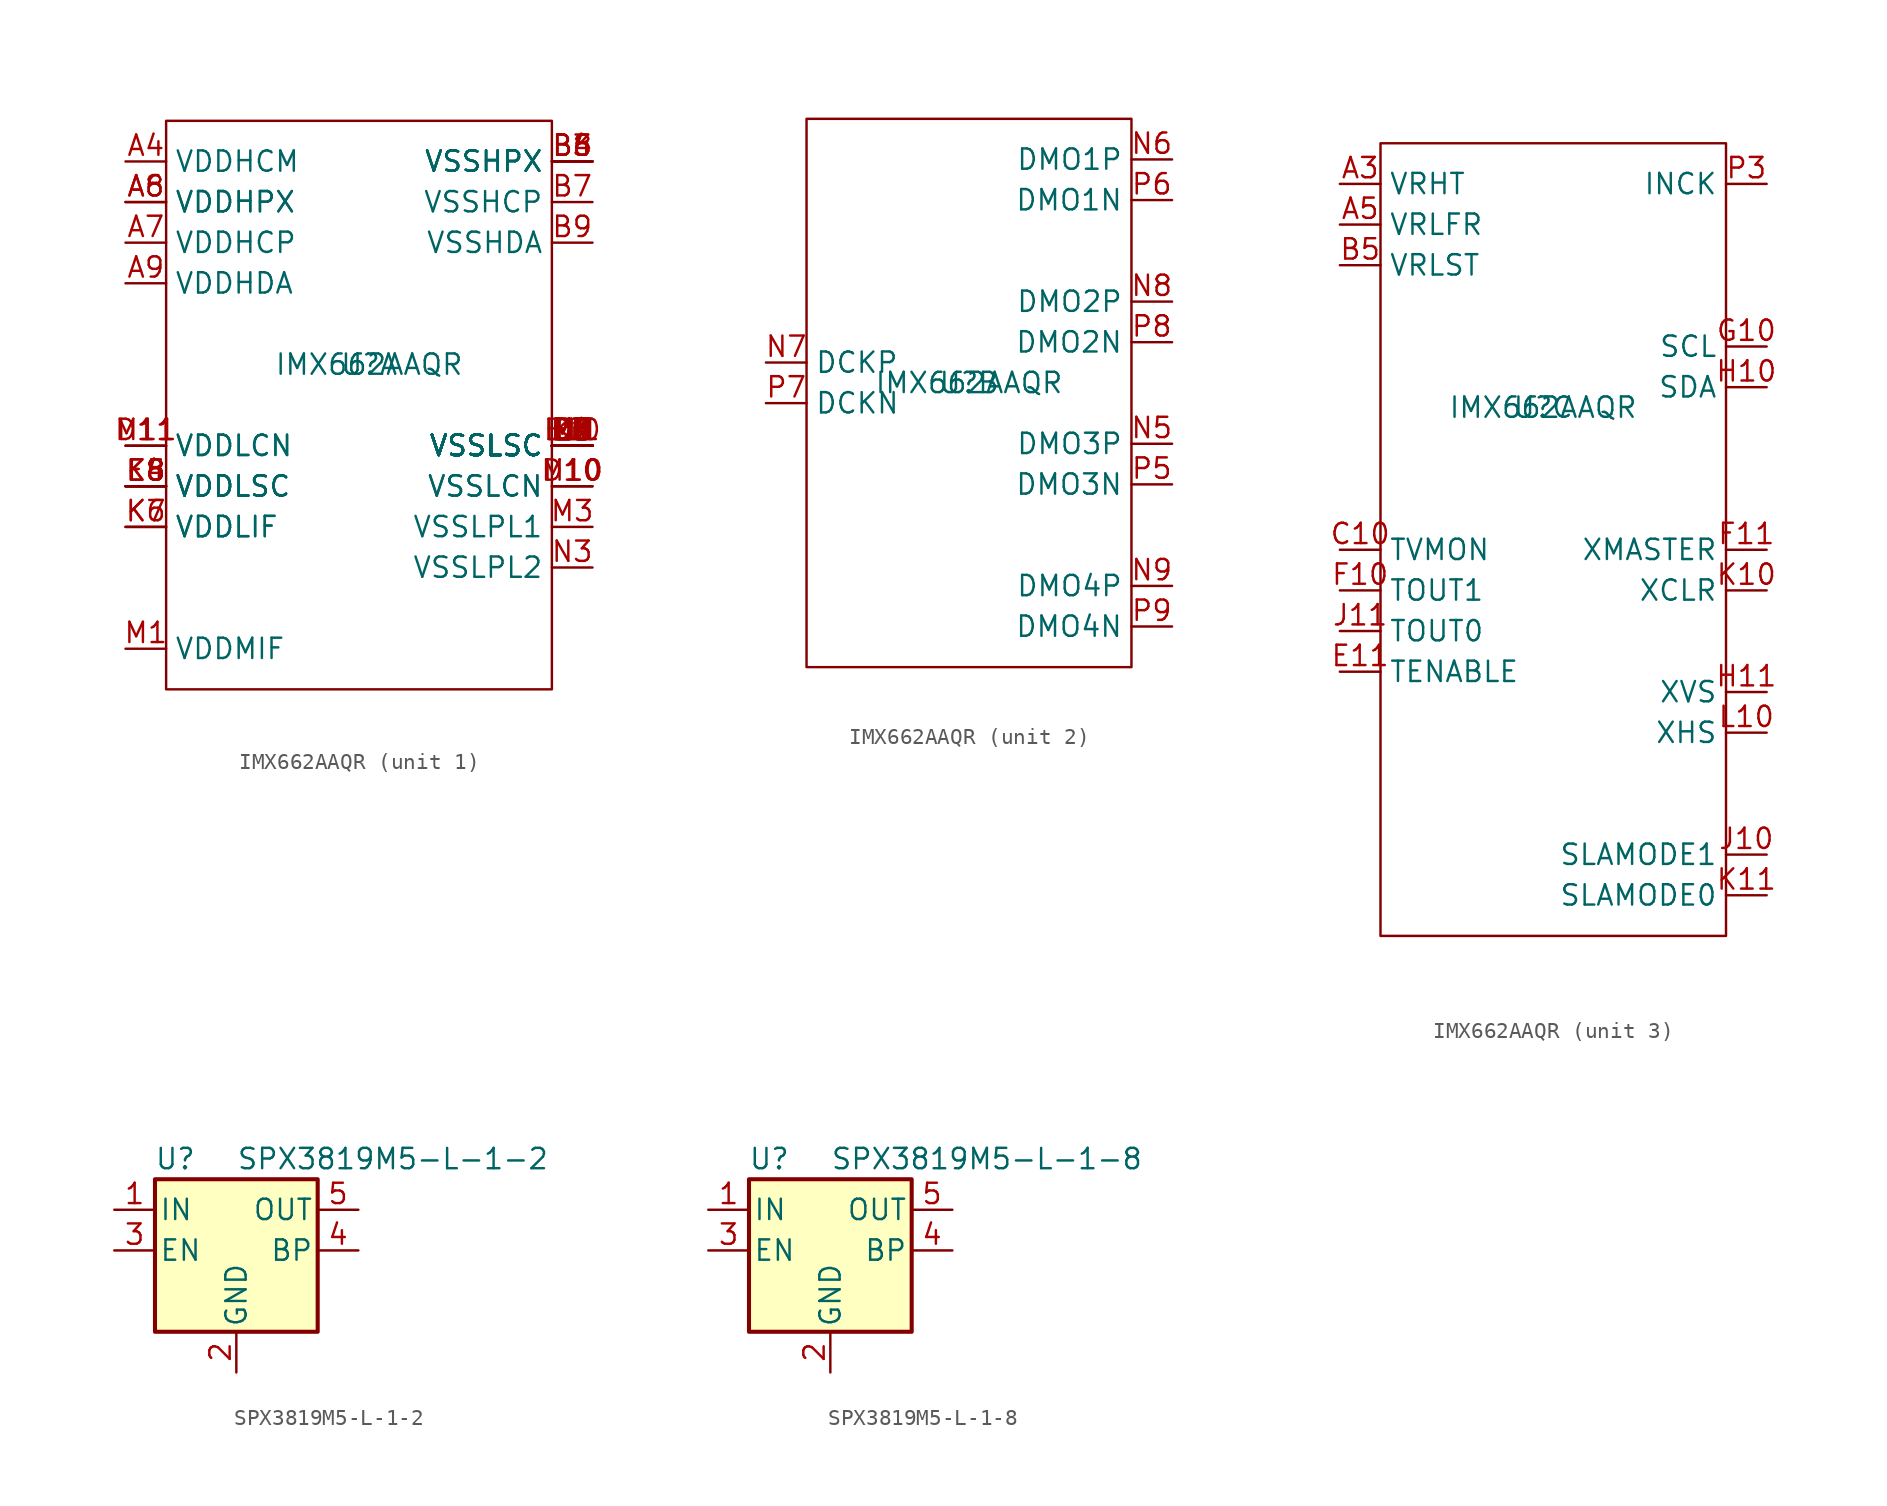
<source format=kicad_sym>
(kicad_symbol_lib
  (version 20231120)
  (generator "kicad_symbol_editor")
  (generator_version "8.0")
  (symbol "IMX662AAQR"
    (property "Reference" "U"
      (at 0 0 0)
      (effects (font (size 1.27 1.27))))
    (property "Value" "IMX662AAQR"
      (at 0 0 0)
      (effects (font (size 1.27 1.27))))
    (property "ki_locked" ""
      (at 0 0 0)
      (effects (font (size 1.27 1.27))))
    (symbol "IMX662AAQR_1_1"
      (rectangle (start -12.7 15.24) (end 11.43 -20.32) (stroke (width 0) (type default)) (fill (type none)))
      (pin unspecified line (at -15.24 12.7 0) (length 2.54) (name "VDDHCM" (effects (font (size 1.27 1.27)))) (number "A4" (effects (font (size 1.27 1.27)))))
      (pin unspecified line (at -15.24 10.16 0) (length 2.54) (name "VDDHPX" (effects (font (size 1.27 1.27)))) (number "A6" (effects (font (size 1.27 1.27)))))
      (pin unspecified line (at -15.24 7.62 0) (length 2.54) (name "VDDHCP" (effects (font (size 1.27 1.27)))) (number "A7" (effects (font (size 1.27 1.27)))))
      (pin unspecified line (at -15.24 10.16 0) (length 2.54) (name "VDDHPX" (effects (font (size 1.27 1.27)))) (number "A8" (effects (font (size 1.27 1.27)))))
      (pin unspecified line (at -15.24 5.08 0) (length 2.54) (name "VDDHDA" (effects (font (size 1.27 1.27)))) (number "A9" (effects (font (size 1.27 1.27)))))
      (pin unspecified line (at 13.97 12.7 180) (length 2.54) (name "VSSHPX" (effects (font (size 1.27 1.27)))) (number "B3" (effects (font (size 1.27 1.27)))))
      (pin unspecified line (at 13.97 12.7 180) (length 2.54) (name "VSSHPX" (effects (font (size 1.27 1.27)))) (number "B4" (effects (font (size 1.27 1.27)))))
      (pin unspecified line (at 13.97 12.7 180) (length 2.54) (name "VSSHPX" (effects (font (size 1.27 1.27)))) (number "B6" (effects (font (size 1.27 1.27)))))
      (pin unspecified line (at 13.97 10.16 180) (length 2.54) (name "VSSHCP" (effects (font (size 1.27 1.27)))) (number "B7" (effects (font (size 1.27 1.27)))))
      (pin unspecified line (at 13.97 12.7 180) (length 2.54) (name "VSSHPX" (effects (font (size 1.27 1.27)))) (number "B8" (effects (font (size 1.27 1.27)))))
      (pin unspecified line (at 13.97 7.62 180) (length 2.54) (name "VSSHDA" (effects (font (size 1.27 1.27)))) (number "B9" (effects (font (size 1.27 1.27)))))
      (pin unspecified line (at 13.97 -5.08 180) (length 2.54) (name "VSSLSC" (effects (font (size 1.27 1.27)))) (number "C3" (effects (font (size 1.27 1.27)))))
      (pin unspecified line (at 13.97 -7.62 180) (length 2.54) (name "VSSLCN" (effects (font (size 1.27 1.27)))) (number "D10" (effects (font (size 1.27 1.27)))))
      (pin unspecified line (at -15.24 -5.08 0) (length 2.54) (name "VDDLCN" (effects (font (size 1.27 1.27)))) (number "D11" (effects (font (size 1.27 1.27)))))
      (pin unspecified line (at 13.97 -5.08 180) (length 2.54) (name "VSSLSC" (effects (font (size 1.27 1.27)))) (number "D3" (effects (font (size 1.27 1.27)))))
      (pin unspecified line (at 13.97 -5.08 180) (length 2.54) (name "VSSLSC" (effects (font (size 1.27 1.27)))) (number "D4" (effects (font (size 1.27 1.27)))))
      (pin unspecified line (at 13.97 -5.08 180) (length 2.54) (name "VSSLSC" (effects (font (size 1.27 1.27)))) (number "D8" (effects (font (size 1.27 1.27)))))
      (pin unspecified line (at 13.97 -5.08 180) (length 2.54) (name "VSSLSC" (effects (font (size 1.27 1.27)))) (number "E10" (effects (font (size 1.27 1.27)))))
      (pin unspecified line (at 13.97 -5.08 180) (length 2.54) (name "VSSLSC" (effects (font (size 1.27 1.27)))) (number "E3" (effects (font (size 1.27 1.27)))))
      (pin unspecified line (at -15.24 -7.62 0) (length 2.54) (name "VDDLSC" (effects (font (size 1.27 1.27)))) (number "E4" (effects (font (size 1.27 1.27)))))
      (pin unspecified line (at -15.24 -7.62 0) (length 2.54) (name "VDDLSC" (effects (font (size 1.27 1.27)))) (number "E8" (effects (font (size 1.27 1.27)))))
      (pin unspecified line (at 13.97 -5.08 180) (length 2.54) (name "VSSLSC" (effects (font (size 1.27 1.27)))) (number "K3" (effects (font (size 1.27 1.27)))))
      (pin unspecified line (at -15.24 -7.62 0) (length 2.54) (name "VDDLSC" (effects (font (size 1.27 1.27)))) (number "K5" (effects (font (size 1.27 1.27)))))
      (pin unspecified line (at -15.24 -10.16 0) (length 2.54) (name "VDDLIF" (effects (font (size 1.27 1.27)))) (number "K6" (effects (font (size 1.27 1.27)))))
      (pin unspecified line (at -15.24 -10.16 0) (length 2.54) (name "VDDLIF" (effects (font (size 1.27 1.27)))) (number "K7" (effects (font (size 1.27 1.27)))))
      (pin unspecified line (at -15.24 -7.62 0) (length 2.54) (name "VDDLSC" (effects (font (size 1.27 1.27)))) (number "K8" (effects (font (size 1.27 1.27)))))
      (pin unspecified line (at 13.97 -5.08 180) (length 2.54) (name "VSSLSC" (effects (font (size 1.27 1.27)))) (number "L11" (effects (font (size 1.27 1.27)))))
      (pin unspecified line (at 13.97 -5.08 180) (length 2.54) (name "VSSLSC" (effects (font (size 1.27 1.27)))) (number "L3" (effects (font (size 1.27 1.27)))))
      (pin unspecified line (at 13.97 -5.08 180) (length 2.54) (name "VSSLSC" (effects (font (size 1.27 1.27)))) (number "L5" (effects (font (size 1.27 1.27)))))
      (pin unspecified line (at 13.97 -5.08 180) (length 2.54) (name "VSSLSC" (effects (font (size 1.27 1.27)))) (number "L6" (effects (font (size 1.27 1.27)))))
      (pin unspecified line (at 13.97 -5.08 180) (length 2.54) (name "VSSLSC" (effects (font (size 1.27 1.27)))) (number "L7" (effects (font (size 1.27 1.27)))))
      (pin unspecified line (at 13.97 -5.08 180) (length 2.54) (name "VSSLSC" (effects (font (size 1.27 1.27)))) (number "L8" (effects (font (size 1.27 1.27)))))
      (pin unspecified line (at -15.24 -17.78 0) (length 2.54) (name "VDDMIF" (effects (font (size 1.27 1.27)))) (number "M1" (effects (font (size 1.27 1.27)))))
      (pin unspecified line (at 13.97 -7.62 180) (length 2.54) (name "VSSLCN" (effects (font (size 1.27 1.27)))) (number "M10" (effects (font (size 1.27 1.27)))))
      (pin unspecified line (at -15.24 -5.08 0) (length 2.54) (name "VDDLCN" (effects (font (size 1.27 1.27)))) (number "M11" (effects (font (size 1.27 1.27)))))
      (pin unspecified line (at 13.97 -5.08 180) (length 2.54) (name "VSSLSC" (effects (font (size 1.27 1.27)))) (number "M2" (effects (font (size 1.27 1.27)))))
      (pin unspecified line (at 13.97 -10.16 180) (length 2.54) (name "VSSLPL1" (effects (font (size 1.27 1.27)))) (number "M3" (effects (font (size 1.27 1.27)))))
      (pin unspecified line (at 13.97 -5.08 180) (length 2.54) (name "VSSLSC" (effects (font (size 1.27 1.27)))) (number "M5" (effects (font (size 1.27 1.27)))))
      (pin unspecified line (at 13.97 -5.08 180) (length 2.54) (name "VSSLSC" (effects (font (size 1.27 1.27)))) (number "M6" (effects (font (size 1.27 1.27)))))
      (pin unspecified line (at 13.97 -5.08 180) (length 2.54) (name "VSSLSC" (effects (font (size 1.27 1.27)))) (number "M7" (effects (font (size 1.27 1.27)))))
      (pin unspecified line (at 13.97 -5.08 180) (length 2.54) (name "VSSLSC" (effects (font (size 1.27 1.27)))) (number "M8" (effects (font (size 1.27 1.27)))))
      (pin unspecified line (at 13.97 -5.08 180) (length 2.54) (name "VSSLSC" (effects (font (size 1.27 1.27)))) (number "M9" (effects (font (size 1.27 1.27)))))
      (pin unspecified line (at 13.97 -12.7 180) (length 2.54) (name "VSSLPL2" (effects (font (size 1.27 1.27)))) (number "N3" (effects (font (size 1.27 1.27))))))
    (symbol "IMX662AAQR_2_1"
      (rectangle (start -10.16 16.51) (end 10.16 -17.78) (stroke (width 0) (type default)) (fill (type none)))
      (pin unspecified line (at 12.7 -3.81 180) (length 2.54) (name "DMO3P" (effects (font (size 1.27 1.27)))) (number "N5" (effects (font (size 1.27 1.27)))))
      (pin unspecified line (at 12.7 13.97 180) (length 2.54) (name "DMO1P" (effects (font (size 1.27 1.27)))) (number "N6" (effects (font (size 1.27 1.27)))))
      (pin unspecified line (at -12.7 1.27 0) (length 2.54) (name "DCKP" (effects (font (size 1.27 1.27)))) (number "N7" (effects (font (size 1.27 1.27)))))
      (pin unspecified line (at 12.7 5.08 180) (length 2.54) (name "DMO2P" (effects (font (size 1.27 1.27)))) (number "N8" (effects (font (size 1.27 1.27)))))
      (pin unspecified line (at 12.7 -12.7 180) (length 2.54) (name "DMO4P" (effects (font (size 1.27 1.27)))) (number "N9" (effects (font (size 1.27 1.27)))))
      (pin unspecified line (at 12.7 -6.35 180) (length 2.54) (name "DMO3N" (effects (font (size 1.27 1.27)))) (number "P5" (effects (font (size 1.27 1.27)))))
      (pin unspecified line (at 12.7 11.43 180) (length 2.54) (name "DMO1N" (effects (font (size 1.27 1.27)))) (number "P6" (effects (font (size 1.27 1.27)))))
      (pin unspecified line (at -12.7 -1.27 0) (length 2.54) (name "DCKN" (effects (font (size 1.27 1.27)))) (number "P7" (effects (font (size 1.27 1.27)))))
      (pin unspecified line (at 12.7 2.54 180) (length 2.54) (name "DMO2N" (effects (font (size 1.27 1.27)))) (number "P8" (effects (font (size 1.27 1.27)))))
      (pin unspecified line (at 12.7 -15.24 180) (length 2.54) (name "DMO4N" (effects (font (size 1.27 1.27)))) (number "P9" (effects (font (size 1.27 1.27))))))
    (symbol "IMX662AAQR_3_1"
      (rectangle (start -10.16 16.51) (end 11.43 -33.02) (stroke (width 0) (type default)) (fill (type none)))
      (pin unspecified line (at -12.7 13.97 0) (length 2.54) (name "VRHT" (effects (font (size 1.27 1.27)))) (number "A3" (effects (font (size 1.27 1.27)))))
      (pin unspecified line (at -12.7 11.43 0) (length 2.54) (name "VRLFR" (effects (font (size 1.27 1.27)))) (number "A5" (effects (font (size 1.27 1.27)))))
      (pin unspecified line (at -12.7 8.89 0) (length 2.54) (name "VRLST" (effects (font (size 1.27 1.27)))) (number "B5" (effects (font (size 1.27 1.27)))))
      (pin unspecified line (at -12.7 -8.89 0) (length 2.54) (name "TVMON" (effects (font (size 1.27 1.27)))) (number "C10" (effects (font (size 1.27 1.27)))))
      (pin unspecified line (at -12.7 -16.51 0) (length 2.54) (name "TENABLE" (effects (font (size 1.27 1.27)))) (number "E11" (effects (font (size 1.27 1.27)))))
      (pin unspecified line (at -12.7 -11.43 0) (length 2.54) (name "TOUT1" (effects (font (size 1.27 1.27)))) (number "F10" (effects (font (size 1.27 1.27)))))
      (pin unspecified line (at 13.97 -8.89 180) (length 2.54) (name "XMASTER" (effects (font (size 1.27 1.27)))) (number "F11" (effects (font (size 1.27 1.27)))))
      (pin unspecified line (at 13.97 3.81 180) (length 2.54) (name "SCL" (effects (font (size 1.27 1.27)))) (number "G10" (effects (font (size 1.27 1.27)))))
      (pin unspecified line (at 13.97 1.27 180) (length 2.54) (name "SDA" (effects (font (size 1.27 1.27)))) (number "H10" (effects (font (size 1.27 1.27)))))
      (pin unspecified line (at 13.97 -17.78 180) (length 2.54) (name "XVS" (effects (font (size 1.27 1.27)))) (number "H11" (effects (font (size 1.27 1.27)))))
      (pin unspecified line (at 13.97 -27.94 180) (length 2.54) (name "SLAMODE1" (effects (font (size 1.27 1.27)))) (number "J10" (effects (font (size 1.27 1.27)))))
      (pin unspecified line (at -12.7 -13.97 0) (length 2.54) (name "TOUT0" (effects (font (size 1.27 1.27)))) (number "J11" (effects (font (size 1.27 1.27)))))
      (pin unspecified line (at 13.97 -11.43 180) (length 2.54) (name "XCLR" (effects (font (size 1.27 1.27)))) (number "K10" (effects (font (size 1.27 1.27)))))
      (pin unspecified line (at 13.97 -30.48 180) (length 2.54) (name "SLAMODE0" (effects (font (size 1.27 1.27)))) (number "K11" (effects (font (size 1.27 1.27)))))
      (pin unspecified line (at 13.97 -20.32 180) (length 2.54) (name "XHS" (effects (font (size 1.27 1.27)))) (number "L10" (effects (font (size 1.27 1.27)))))
      (pin unspecified line (at 13.97 13.97 180) (length 2.54) (name "INCK" (effects (font (size 1.27 1.27)))) (number "P3" (effects (font (size 1.27 1.27)))))))
  (symbol "SPX3819M5-L-1-2"
    (pin_names
      (offset 0.254))
    (property "Reference" "U"
      (at -3.81 5.715 0)
      (effects (font (size 1.27 1.27))))
    (property "Value" "SPX3819M5-L-1-2"
      (at 0 5.715 0)
      (effects (font (size 1.27 1.27)) (justify left)))
    (symbol "SPX3819M5-L-1-2_0_1"
      (rectangle (start -5.08 4.445) (end 5.08 -5.08) (stroke (width 0.254) (type default)) (fill (type background))))
    (symbol "SPX3819M5-L-1-2_1_1"
      (pin power_in line (at -7.62 2.54 0) (length 2.54) (name "IN" (effects (font (size 1.27 1.27)))) (number "1" (effects (font (size 1.27 1.27)))))
      (pin power_in line (at 0 -7.62 90) (length 2.54) (name "GND" (effects (font (size 1.27 1.27)))) (number "2" (effects (font (size 1.27 1.27)))))
      (pin input line (at -7.62 0 0) (length 2.54) (name "EN" (effects (font (size 1.27 1.27)))) (number "3" (effects (font (size 1.27 1.27)))))
      (pin input line (at 7.62 0 180) (length 2.54) (name "BP" (effects (font (size 1.27 1.27)))) (number "4" (effects (font (size 1.27 1.27)))))
      (pin power_out line (at 7.62 2.54 180) (length 2.54) (name "OUT" (effects (font (size 1.27 1.27)))) (number "5" (effects (font (size 1.27 1.27)))))))
  (symbol "SPX3819M5-L-1-8"
    (pin_names
      (offset 0.254))
    (property "Reference" "U"
      (at -3.81 5.715 0)
      (effects (font (size 1.27 1.27))))
    (property "Value" "SPX3819M5-L-1-8"
      (at 0 5.715 0)
      (effects (font (size 1.27 1.27)) (justify left)))
    (symbol "SPX3819M5-L-1-8_0_1"
      (rectangle (start -5.08 4.445) (end 5.08 -5.08) (stroke (width 0.254) (type default)) (fill (type background))))
    (symbol "SPX3819M5-L-1-8_1_1"
      (pin power_in line (at -7.62 2.54 0) (length 2.54) (name "IN" (effects (font (size 1.27 1.27)))) (number "1" (effects (font (size 1.27 1.27)))))
      (pin power_in line (at 0 -7.62 90) (length 2.54) (name "GND" (effects (font (size 1.27 1.27)))) (number "2" (effects (font (size 1.27 1.27)))))
      (pin input line (at -7.62 0 0) (length 2.54) (name "EN" (effects (font (size 1.27 1.27)))) (number "3" (effects (font (size 1.27 1.27)))))
      (pin input line (at 7.62 0 180) (length 2.54) (name "BP" (effects (font (size 1.27 1.27)))) (number "4" (effects (font (size 1.27 1.27)))))
      (pin power_out line (at 7.62 2.54 180) (length 2.54) (name "OUT" (effects (font (size 1.27 1.27)))) (number "5" (effects (font (size 1.27 1.27))))))))
</source>
